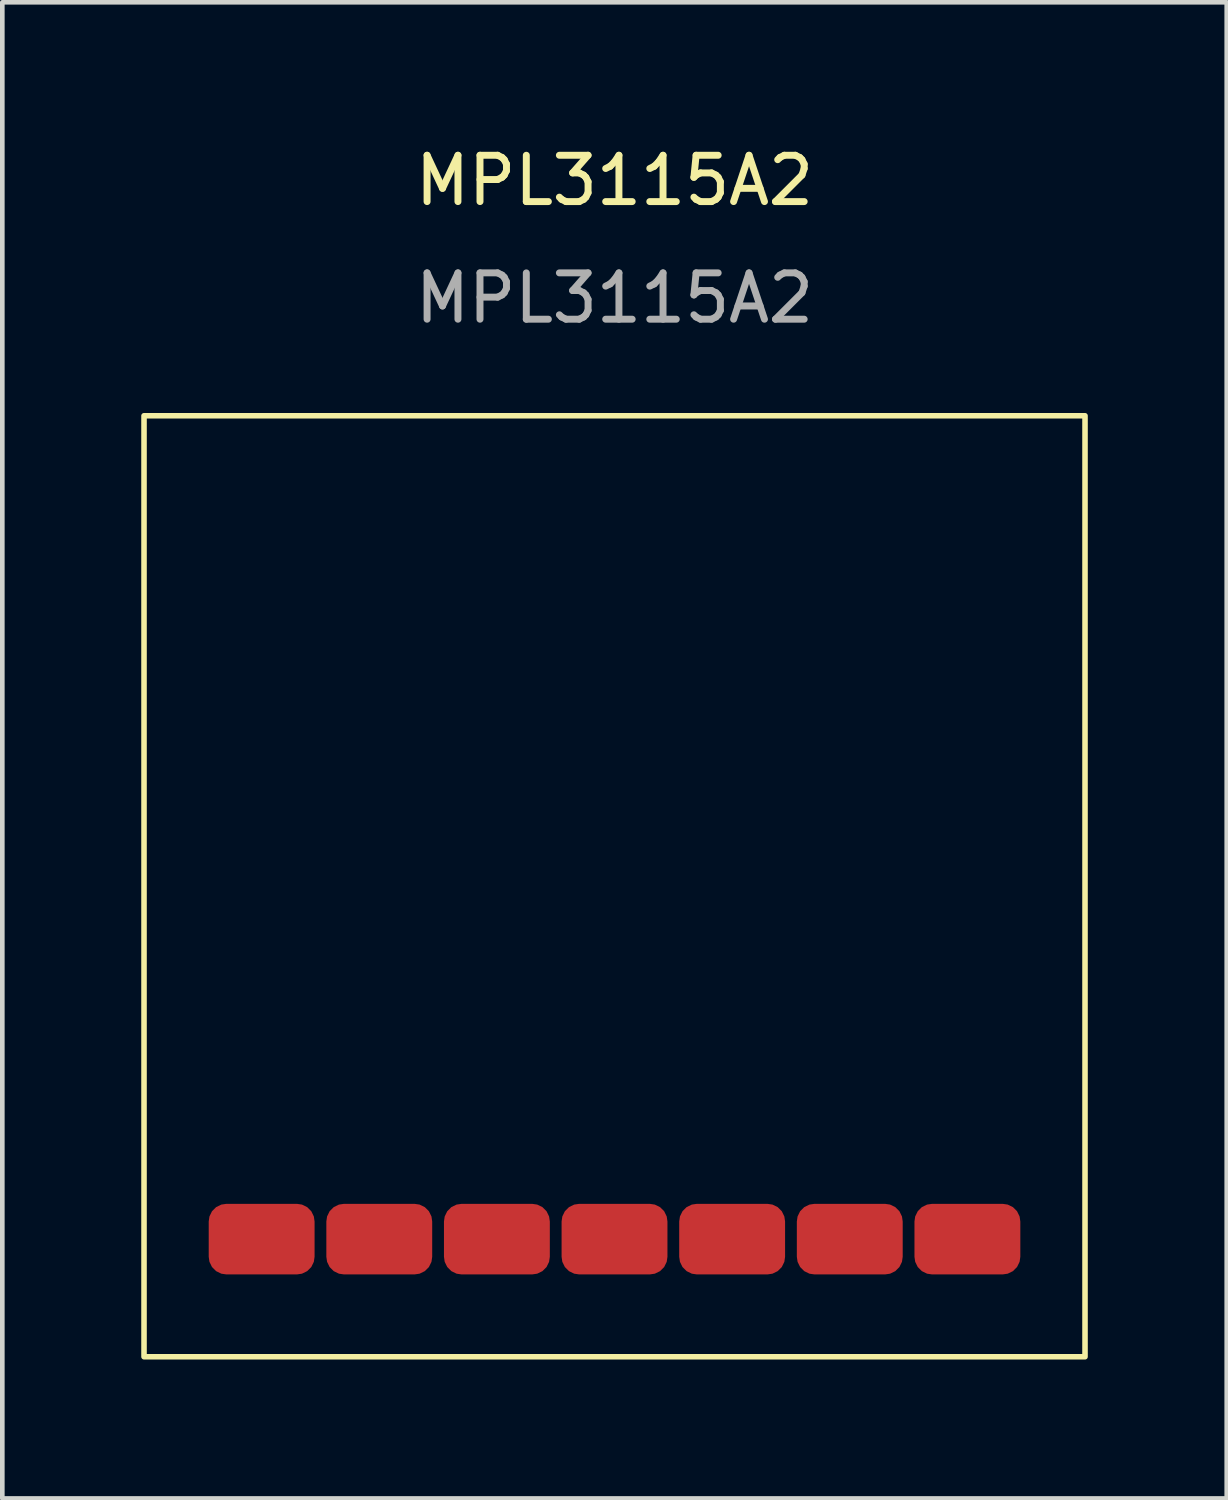
<source format=kicad_pcb>
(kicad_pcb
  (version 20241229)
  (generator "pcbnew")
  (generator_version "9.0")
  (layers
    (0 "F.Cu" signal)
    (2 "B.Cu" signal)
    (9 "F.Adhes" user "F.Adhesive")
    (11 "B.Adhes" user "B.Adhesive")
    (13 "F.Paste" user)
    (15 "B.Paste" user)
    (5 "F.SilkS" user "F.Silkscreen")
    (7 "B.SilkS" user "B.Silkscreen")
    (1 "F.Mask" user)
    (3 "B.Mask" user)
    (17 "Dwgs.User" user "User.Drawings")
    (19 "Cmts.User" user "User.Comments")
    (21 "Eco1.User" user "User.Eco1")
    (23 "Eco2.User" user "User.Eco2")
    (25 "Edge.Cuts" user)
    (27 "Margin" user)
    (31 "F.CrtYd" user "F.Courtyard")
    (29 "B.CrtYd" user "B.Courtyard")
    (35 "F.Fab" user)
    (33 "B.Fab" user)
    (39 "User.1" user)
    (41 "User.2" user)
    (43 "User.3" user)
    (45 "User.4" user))
  (footprint "MPL3115A2"
    (layer "F.Cu")
    (at 10.22 18.628)
    (property "Reference" "MPL3115A2" (at 0 -17.78 0) (unlocked yes) (layer "F.SilkS") (effects (font (size 1 1) (thickness 0.15))))
    (attr smd)
    (fp_rect (start -10.16 -12.7) (end 10.16 7.62) (stroke (width 0.12) (type solid)) (fill no) (layer "F.SilkS"))
    (fp_text user "${REFERENCE}" (at 0 -15.24 0) (unlocked yes) (layer "F.Fab") (effects (font (size 1 1) (thickness 0.15))))
    (pad "1" smd roundrect (at -7.62 5.08) (size 2.286 1.524) (layers "F.Cu" "F.Mask" "F.Paste") (roundrect_rratio 0.25))
    (pad "2" smd roundrect (at -5.08 5.08) (size 2.286 1.524) (layers "F.Cu" "F.Mask" "F.Paste") (roundrect_rratio 0.25))
    (pad "3" smd roundrect (at -2.54 5.08) (size 2.286 1.524) (layers "F.Cu" "F.Mask" "F.Paste") (roundrect_rratio 0.25))
    (pad "4" smd roundrect (at 0 5.08) (size 2.286 1.524) (layers "F.Cu" "F.Mask" "F.Paste") (roundrect_rratio 0.25))
    (pad "5" smd roundrect (at 2.54 5.08) (size 2.286 1.524) (layers "F.Cu" "F.Mask" "F.Paste") (roundrect_rratio 0.25))
    (pad "6" smd roundrect (at 5.08 5.08) (size 2.286 1.524) (layers "F.Cu" "F.Mask" "F.Paste") (roundrect_rratio 0.25))
    (pad "7" smd roundrect (at 7.62 5.08) (size 2.286 1.524) (layers "F.Cu" "F.Mask" "F.Paste") (roundrect_rratio 0.25)))
  (gr_rect
    (start -3 -3)
    (end 23.44 29.308)
    (stroke (width 0.1) (type default))
    (fill no)
    (layer "Edge.Cuts")))
</source>
